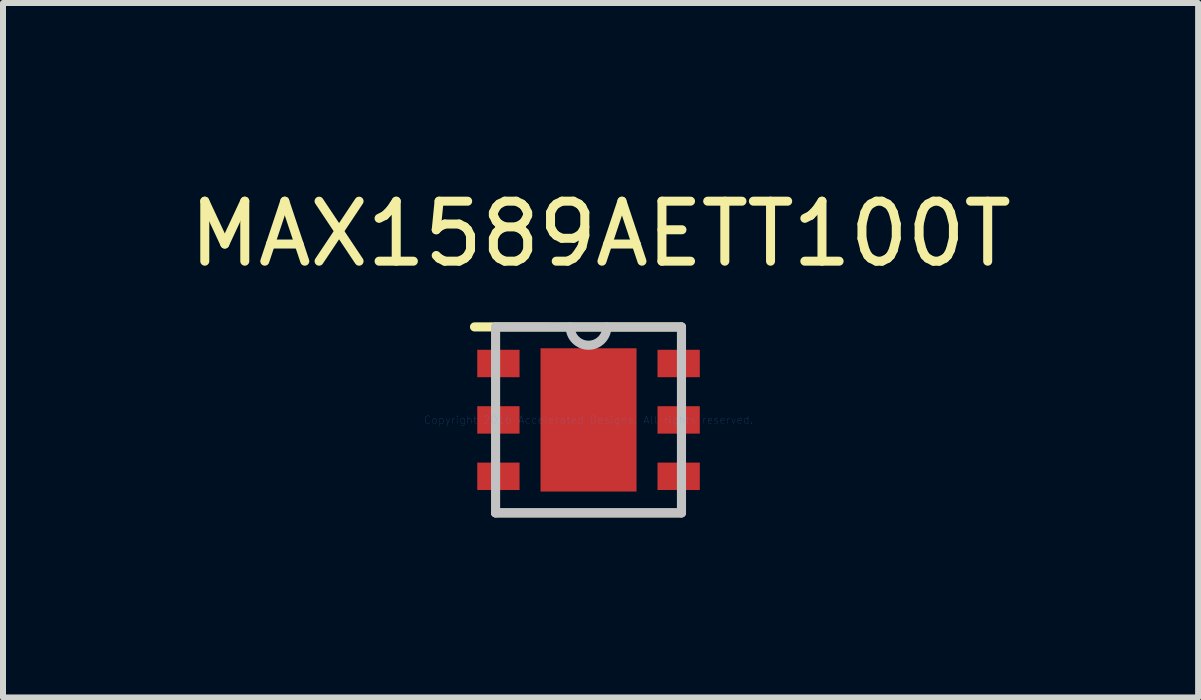
<source format=kicad_pcb>
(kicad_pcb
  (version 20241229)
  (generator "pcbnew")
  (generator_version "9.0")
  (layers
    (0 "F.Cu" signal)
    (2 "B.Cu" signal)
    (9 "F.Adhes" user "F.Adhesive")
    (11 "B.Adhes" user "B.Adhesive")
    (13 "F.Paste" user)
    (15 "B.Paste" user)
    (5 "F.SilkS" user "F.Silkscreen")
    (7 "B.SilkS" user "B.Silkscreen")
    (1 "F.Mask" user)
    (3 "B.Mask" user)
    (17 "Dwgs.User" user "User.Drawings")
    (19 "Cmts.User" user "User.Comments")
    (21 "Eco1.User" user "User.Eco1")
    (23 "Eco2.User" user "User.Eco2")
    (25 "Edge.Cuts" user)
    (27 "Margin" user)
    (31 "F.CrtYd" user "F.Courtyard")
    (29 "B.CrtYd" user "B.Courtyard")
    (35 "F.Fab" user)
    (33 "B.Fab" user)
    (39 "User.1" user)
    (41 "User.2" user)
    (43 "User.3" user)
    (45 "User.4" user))
  (footprint "MAX1589AETT100T"
    (layer "F.Cu")
    (at 6.758 3.948)
    (property "Reference" "MAX1589AETT100T" (at 0.2 -3.1 0) (layer "F.SilkS") (effects (font (size 1 1) (thickness 0.15))))
    (attr through_hole)
    (fp_line (start -1.549 1.549) (end 1.549 1.549) (stroke (width 0.152) (type solid)) (layer "F.SilkS"))
    (fp_line (start 1.549 -1.549) (end -1.9 -1.55) (stroke (width 0.152) (type solid)) (layer "F.SilkS"))
    (fp_line (start -1.549 -1.549) (end -1.549 1.549) (stroke (width 0.152) (type solid)) (layer "Dwgs.User"))
    (fp_line (start -1.549 1.549) (end 1.549 1.549) (stroke (width 0.152) (type solid)) (layer "Dwgs.User"))
    (fp_line (start 1.549 -1.549) (end -1.549 -1.549) (stroke (width 0.152) (type solid)) (layer "Dwgs.User"))
    (fp_line (start 1.549 1.549) (end 1.549 -1.549) (stroke (width 0.152) (type solid)) (layer "Dwgs.User"))
    (fp_arc (start 0.3048 -1.5494) (mid 0 -1.2446) (end -0.3048 -1.5494) (stroke (width 0.1524) (type solid)) (layer "Dwgs.User"))
    (fp_text user "Copyright 2016 Accelerated Designs. All rights reserved." (at 0 0 0) (layer "Cmts.User") (effects (font (size 0.127 0.127) (thickness 0.002))))
    (pad "" smd rect (at 0 0) (size 0.025 0.025) (layers "F.Paste"))
    (pad "1" smd rect (at -1.502 -0.94) (size 0.705 0.457) (layers "F.Cu" "F.Mask" "F.Paste"))
    (pad "2" smd rect (at -1.502 0) (size 0.705 0.457) (layers "F.Cu" "F.Mask" "F.Paste"))
    (pad "3" smd rect (at -1.502 0.94) (size 0.705 0.457) (layers "F.Cu" "F.Mask" "F.Paste"))
    (pad "4" smd rect (at 1.502 0.94) (size 0.705 0.457) (layers "F.Cu" "F.Mask" "F.Paste"))
    (pad "5" smd rect (at 1.502 0) (size 0.705 0.457) (layers "F.Cu" "F.Mask" "F.Paste"))
    (pad "6" smd rect (at 1.502 -0.94) (size 0.705 0.457) (layers "F.Cu" "F.Mask" "F.Paste"))
    (pad "7" smd rect (at 0 0) (size 1.6 2.388) (layers "F.Cu" "F.Mask" "F.Paste")))
  (gr_rect
    (start -3 -3)
    (end 16.917 8.574)
    (stroke (width 0.1) (type default))
    (fill no)
    (layer "Edge.Cuts")))
</source>
